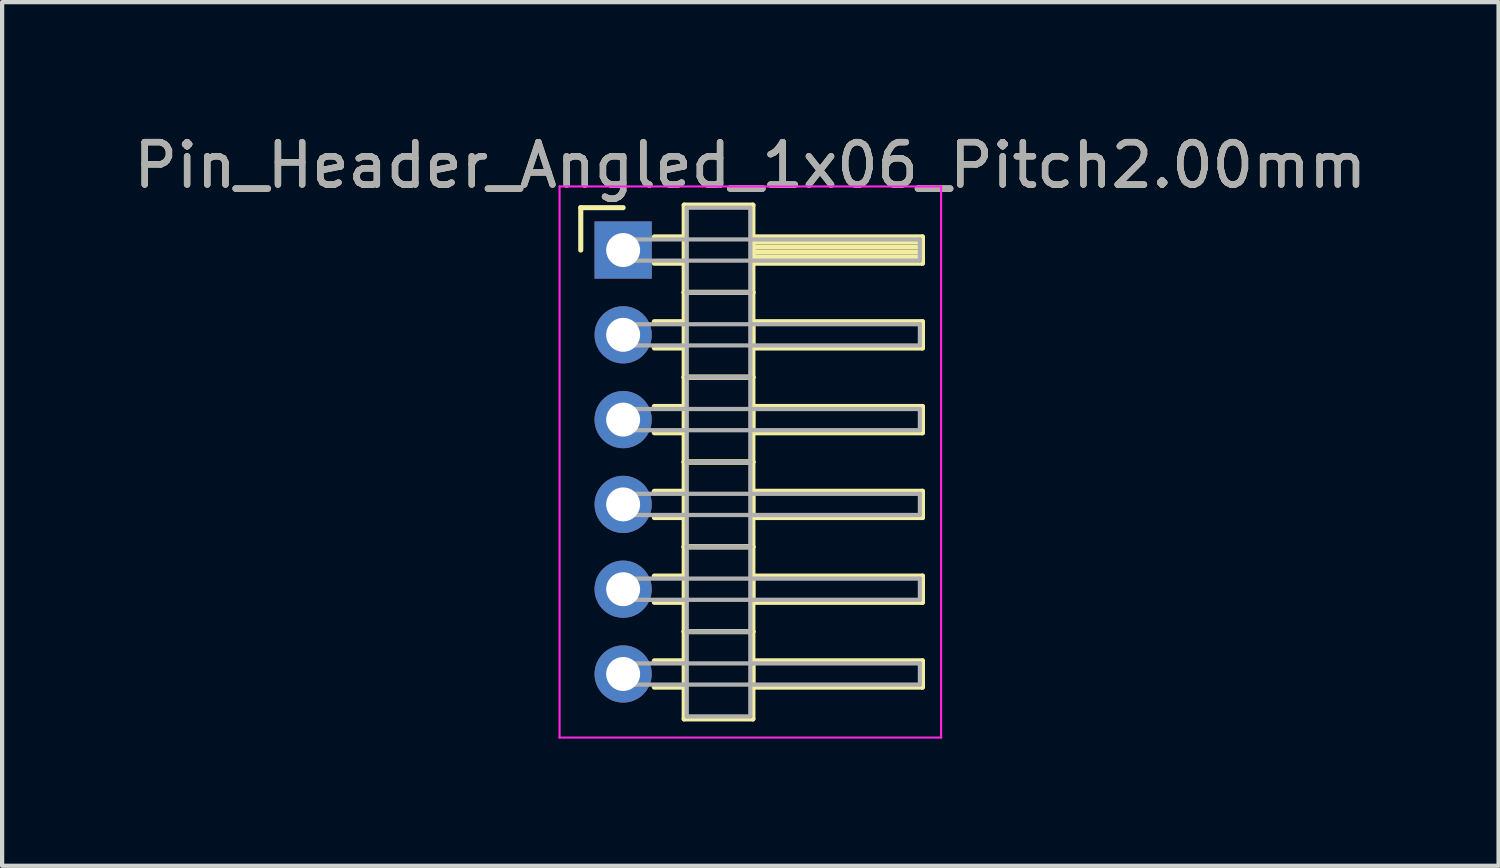
<source format=kicad_pcb>
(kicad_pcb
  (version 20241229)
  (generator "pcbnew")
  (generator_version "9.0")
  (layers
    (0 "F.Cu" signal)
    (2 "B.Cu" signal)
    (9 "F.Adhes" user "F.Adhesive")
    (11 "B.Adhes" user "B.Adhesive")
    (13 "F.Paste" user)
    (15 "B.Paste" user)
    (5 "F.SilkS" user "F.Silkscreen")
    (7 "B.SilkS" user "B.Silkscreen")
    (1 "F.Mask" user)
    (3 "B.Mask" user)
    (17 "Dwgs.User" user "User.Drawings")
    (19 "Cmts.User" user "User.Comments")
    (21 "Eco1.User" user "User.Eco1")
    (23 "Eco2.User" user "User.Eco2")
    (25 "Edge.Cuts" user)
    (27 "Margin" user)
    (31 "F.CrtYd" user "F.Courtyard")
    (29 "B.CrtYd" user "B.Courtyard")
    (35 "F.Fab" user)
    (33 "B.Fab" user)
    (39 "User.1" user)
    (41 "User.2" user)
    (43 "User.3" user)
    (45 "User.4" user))
  (footprint "Pin_Header_Angled_1x06_Pitch2.00mm"
    (layer "F.Cu")
    (at 11.649 2.848)
    (property "Reference" "Pin_Header_Angled_1x06_Pitch2.00mm" (at 3 -2 0) (layer "F.SilkS") (effects (font (size 1 1) (thickness 0.15))))
    (attr through_hole)
    (fp_line (start -1 -1) (end 0 -1) (stroke (width 0.12) (type solid)) (layer "F.SilkS"))
    (fp_line (start -1 0) (end -1 -1) (stroke (width 0.12) (type solid)) (layer "F.SilkS"))
    (fp_line (start 0.735 -0.31) (end 1.44 -0.31) (stroke (width 0.12) (type solid)) (layer "F.SilkS"))
    (fp_line (start 0.735 0.31) (end 1.44 0.31) (stroke (width 0.12) (type solid)) (layer "F.SilkS"))
    (fp_line (start 0.735 1.69) (end 1.44 1.69) (stroke (width 0.12) (type solid)) (layer "F.SilkS"))
    (fp_line (start 0.735 2.31) (end 1.44 2.31) (stroke (width 0.12) (type solid)) (layer "F.SilkS"))
    (fp_line (start 0.735 3.69) (end 1.44 3.69) (stroke (width 0.12) (type solid)) (layer "F.SilkS"))
    (fp_line (start 0.735 4.31) (end 1.44 4.31) (stroke (width 0.12) (type solid)) (layer "F.SilkS"))
    (fp_line (start 0.735 5.69) (end 1.44 5.69) (stroke (width 0.12) (type solid)) (layer "F.SilkS"))
    (fp_line (start 0.735 6.31) (end 1.44 6.31) (stroke (width 0.12) (type solid)) (layer "F.SilkS"))
    (fp_line (start 0.735 7.69) (end 1.44 7.69) (stroke (width 0.12) (type solid)) (layer "F.SilkS"))
    (fp_line (start 0.735 8.31) (end 1.44 8.31) (stroke (width 0.12) (type solid)) (layer "F.SilkS"))
    (fp_line (start 0.735 9.69) (end 1.44 9.69) (stroke (width 0.12) (type solid)) (layer "F.SilkS"))
    (fp_line (start 0.735 10.31) (end 1.44 10.31) (stroke (width 0.12) (type solid)) (layer "F.SilkS"))
    (fp_line (start 1.44 -1.06) (end 1.44 1) (stroke (width 0.12) (type solid)) (layer "F.SilkS"))
    (fp_line (start 1.44 1) (end 1.44 3) (stroke (width 0.12) (type solid)) (layer "F.SilkS"))
    (fp_line (start 1.44 1) (end 3.06 1) (stroke (width 0.12) (type solid)) (layer "F.SilkS"))
    (fp_line (start 1.44 3) (end 1.44 5) (stroke (width 0.12) (type solid)) (layer "F.SilkS"))
    (fp_line (start 1.44 3) (end 3.06 3) (stroke (width 0.12) (type solid)) (layer "F.SilkS"))
    (fp_line (start 1.44 5) (end 1.44 7) (stroke (width 0.12) (type solid)) (layer "F.SilkS"))
    (fp_line (start 1.44 5) (end 3.06 5) (stroke (width 0.12) (type solid)) (layer "F.SilkS"))
    (fp_line (start 1.44 7) (end 1.44 9) (stroke (width 0.12) (type solid)) (layer "F.SilkS"))
    (fp_line (start 1.44 7) (end 3.06 7) (stroke (width 0.12) (type solid)) (layer "F.SilkS"))
    (fp_line (start 1.44 9) (end 1.44 11.06) (stroke (width 0.12) (type solid)) (layer "F.SilkS"))
    (fp_line (start 1.44 9) (end 3.06 9) (stroke (width 0.12) (type solid)) (layer "F.SilkS"))
    (fp_line (start 1.44 11.06) (end 3.06 11.06) (stroke (width 0.12) (type solid)) (layer "F.SilkS"))
    (fp_line (start 3.06 -1.06) (end 1.44 -1.06) (stroke (width 0.12) (type solid)) (layer "F.SilkS"))
    (fp_line (start 3.06 -0.31) (end 3.06 0.31) (stroke (width 0.12) (type solid)) (layer "F.SilkS"))
    (fp_line (start 3.06 -0.19) (end 7.06 -0.19) (stroke (width 0.12) (type solid)) (layer "F.SilkS"))
    (fp_line (start 3.06 -0.07) (end 7.06 -0.07) (stroke (width 0.12) (type solid)) (layer "F.SilkS"))
    (fp_line (start 3.06 0.05) (end 7.06 0.05) (stroke (width 0.12) (type solid)) (layer "F.SilkS"))
    (fp_line (start 3.06 0.17) (end 7.06 0.17) (stroke (width 0.12) (type solid)) (layer "F.SilkS"))
    (fp_line (start 3.06 0.29) (end 7.06 0.29) (stroke (width 0.12) (type solid)) (layer "F.SilkS"))
    (fp_line (start 3.06 0.31) (end 7.06 0.31) (stroke (width 0.12) (type solid)) (layer "F.SilkS"))
    (fp_line (start 3.06 1) (end 1.44 1) (stroke (width 0.12) (type solid)) (layer "F.SilkS"))
    (fp_line (start 3.06 1) (end 3.06 -1.06) (stroke (width 0.12) (type solid)) (layer "F.SilkS"))
    (fp_line (start 3.06 1.69) (end 3.06 2.31) (stroke (width 0.12) (type solid)) (layer "F.SilkS"))
    (fp_line (start 3.06 2.31) (end 7.06 2.31) (stroke (width 0.12) (type solid)) (layer "F.SilkS"))
    (fp_line (start 3.06 3) (end 1.44 3) (stroke (width 0.12) (type solid)) (layer "F.SilkS"))
    (fp_line (start 3.06 3) (end 3.06 1) (stroke (width 0.12) (type solid)) (layer "F.SilkS"))
    (fp_line (start 3.06 3.69) (end 3.06 4.31) (stroke (width 0.12) (type solid)) (layer "F.SilkS"))
    (fp_line (start 3.06 4.31) (end 7.06 4.31) (stroke (width 0.12) (type solid)) (layer "F.SilkS"))
    (fp_line (start 3.06 5) (end 1.44 5) (stroke (width 0.12) (type solid)) (layer "F.SilkS"))
    (fp_line (start 3.06 5) (end 3.06 3) (stroke (width 0.12) (type solid)) (layer "F.SilkS"))
    (fp_line (start 3.06 5.69) (end 3.06 6.31) (stroke (width 0.12) (type solid)) (layer "F.SilkS"))
    (fp_line (start 3.06 6.31) (end 7.06 6.31) (stroke (width 0.12) (type solid)) (layer "F.SilkS"))
    (fp_line (start 3.06 7) (end 1.44 7) (stroke (width 0.12) (type solid)) (layer "F.SilkS"))
    (fp_line (start 3.06 7) (end 3.06 5) (stroke (width 0.12) (type solid)) (layer "F.SilkS"))
    (fp_line (start 3.06 7.69) (end 3.06 8.31) (stroke (width 0.12) (type solid)) (layer "F.SilkS"))
    (fp_line (start 3.06 8.31) (end 7.06 8.31) (stroke (width 0.12) (type solid)) (layer "F.SilkS"))
    (fp_line (start 3.06 9) (end 1.44 9) (stroke (width 0.12) (type solid)) (layer "F.SilkS"))
    (fp_line (start 3.06 9) (end 3.06 7) (stroke (width 0.12) (type solid)) (layer "F.SilkS"))
    (fp_line (start 3.06 9.69) (end 3.06 10.31) (stroke (width 0.12) (type solid)) (layer "F.SilkS"))
    (fp_line (start 3.06 10.31) (end 7.06 10.31) (stroke (width 0.12) (type solid)) (layer "F.SilkS"))
    (fp_line (start 3.06 11.06) (end 3.06 9) (stroke (width 0.12) (type solid)) (layer "F.SilkS"))
    (fp_line (start 7.06 -0.31) (end 3.06 -0.31) (stroke (width 0.12) (type solid)) (layer "F.SilkS"))
    (fp_line (start 7.06 0.31) (end 7.06 -0.31) (stroke (width 0.12) (type solid)) (layer "F.SilkS"))
    (fp_line (start 7.06 1.69) (end 3.06 1.69) (stroke (width 0.12) (type solid)) (layer "F.SilkS"))
    (fp_line (start 7.06 2.31) (end 7.06 1.69) (stroke (width 0.12) (type solid)) (layer "F.SilkS"))
    (fp_line (start 7.06 3.69) (end 3.06 3.69) (stroke (width 0.12) (type solid)) (layer "F.SilkS"))
    (fp_line (start 7.06 4.31) (end 7.06 3.69) (stroke (width 0.12) (type solid)) (layer "F.SilkS"))
    (fp_line (start 7.06 5.69) (end 3.06 5.69) (stroke (width 0.12) (type solid)) (layer "F.SilkS"))
    (fp_line (start 7.06 6.31) (end 7.06 5.69) (stroke (width 0.12) (type solid)) (layer "F.SilkS"))
    (fp_line (start 7.06 7.69) (end 3.06 7.69) (stroke (width 0.12) (type solid)) (layer "F.SilkS"))
    (fp_line (start 7.06 8.31) (end 7.06 7.69) (stroke (width 0.12) (type solid)) (layer "F.SilkS"))
    (fp_line (start 7.06 9.69) (end 3.06 9.69) (stroke (width 0.12) (type solid)) (layer "F.SilkS"))
    (fp_line (start 7.06 10.31) (end 7.06 9.69) (stroke (width 0.12) (type solid)) (layer "F.SilkS"))
    (fp_line (start -1.5 -1.5) (end -1.5 11.5) (stroke (width 0.05) (type solid)) (layer "F.CrtYd"))
    (fp_line (start -1.5 11.5) (end 7.5 11.5) (stroke (width 0.05) (type solid)) (layer "F.CrtYd"))
    (fp_line (start 7.5 -1.5) (end -1.5 -1.5) (stroke (width 0.05) (type solid)) (layer "F.CrtYd"))
    (fp_line (start 7.5 11.5) (end 7.5 -1.5) (stroke (width 0.05) (type solid)) (layer "F.CrtYd"))
    (fp_line (start 0 -0.25) (end 0 0.25) (stroke (width 0.1) (type solid)) (layer "F.Fab"))
    (fp_line (start 0 0.25) (end 7 0.25) (stroke (width 0.1) (type solid)) (layer "F.Fab"))
    (fp_line (start 0 1.75) (end 0 2.25) (stroke (width 0.1) (type solid)) (layer "F.Fab"))
    (fp_line (start 0 2.25) (end 7 2.25) (stroke (width 0.1) (type solid)) (layer "F.Fab"))
    (fp_line (start 0 3.75) (end 0 4.25) (stroke (width 0.1) (type solid)) (layer "F.Fab"))
    (fp_line (start 0 4.25) (end 7 4.25) (stroke (width 0.1) (type solid)) (layer "F.Fab"))
    (fp_line (start 0 5.75) (end 0 6.25) (stroke (width 0.1) (type solid)) (layer "F.Fab"))
    (fp_line (start 0 6.25) (end 7 6.25) (stroke (width 0.1) (type solid)) (layer "F.Fab"))
    (fp_line (start 0 7.75) (end 0 8.25) (stroke (width 0.1) (type solid)) (layer "F.Fab"))
    (fp_line (start 0 8.25) (end 7 8.25) (stroke (width 0.1) (type solid)) (layer "F.Fab"))
    (fp_line (start 0 9.75) (end 0 10.25) (stroke (width 0.1) (type solid)) (layer "F.Fab"))
    (fp_line (start 0 10.25) (end 7 10.25) (stroke (width 0.1) (type solid)) (layer "F.Fab"))
    (fp_line (start 1.5 -1) (end 1.5 1) (stroke (width 0.1) (type solid)) (layer "F.Fab"))
    (fp_line (start 1.5 1) (end 1.5 3) (stroke (width 0.1) (type solid)) (layer "F.Fab"))
    (fp_line (start 1.5 1) (end 3 1) (stroke (width 0.1) (type solid)) (layer "F.Fab"))
    (fp_line (start 1.5 3) (end 1.5 5) (stroke (width 0.1) (type solid)) (layer "F.Fab"))
    (fp_line (start 1.5 3) (end 3 3) (stroke (width 0.1) (type solid)) (layer "F.Fab"))
    (fp_line (start 1.5 5) (end 1.5 7) (stroke (width 0.1) (type solid)) (layer "F.Fab"))
    (fp_line (start 1.5 5) (end 3 5) (stroke (width 0.1) (type solid)) (layer "F.Fab"))
    (fp_line (start 1.5 7) (end 1.5 9) (stroke (width 0.1) (type solid)) (layer "F.Fab"))
    (fp_line (start 1.5 7) (end 3 7) (stroke (width 0.1) (type solid)) (layer "F.Fab"))
    (fp_line (start 1.5 9) (end 1.5 11) (stroke (width 0.1) (type solid)) (layer "F.Fab"))
    (fp_line (start 1.5 9) (end 3 9) (stroke (width 0.1) (type solid)) (layer "F.Fab"))
    (fp_line (start 1.5 11) (end 3 11) (stroke (width 0.1) (type solid)) (layer "F.Fab"))
    (fp_line (start 3 -1) (end 1.5 -1) (stroke (width 0.1) (type solid)) (layer "F.Fab"))
    (fp_line (start 3 1) (end 1.5 1) (stroke (width 0.1) (type solid)) (layer "F.Fab"))
    (fp_line (start 3 1) (end 3 -1) (stroke (width 0.1) (type solid)) (layer "F.Fab"))
    (fp_line (start 3 3) (end 1.5 3) (stroke (width 0.1) (type solid)) (layer "F.Fab"))
    (fp_line (start 3 3) (end 3 1) (stroke (width 0.1) (type solid)) (layer "F.Fab"))
    (fp_line (start 3 5) (end 1.5 5) (stroke (width 0.1) (type solid)) (layer "F.Fab"))
    (fp_line (start 3 5) (end 3 3) (stroke (width 0.1) (type solid)) (layer "F.Fab"))
    (fp_line (start 3 7) (end 1.5 7) (stroke (width 0.1) (type solid)) (layer "F.Fab"))
    (fp_line (start 3 7) (end 3 5) (stroke (width 0.1) (type solid)) (layer "F.Fab"))
    (fp_line (start 3 9) (end 1.5 9) (stroke (width 0.1) (type solid)) (layer "F.Fab"))
    (fp_line (start 3 9) (end 3 7) (stroke (width 0.1) (type solid)) (layer "F.Fab"))
    (fp_line (start 3 11) (end 3 9) (stroke (width 0.1) (type solid)) (layer "F.Fab"))
    (fp_line (start 7 -0.25) (end 0 -0.25) (stroke (width 0.1) (type solid)) (layer "F.Fab"))
    (fp_line (start 7 0.25) (end 7 -0.25) (stroke (width 0.1) (type solid)) (layer "F.Fab"))
    (fp_line (start 7 1.75) (end 0 1.75) (stroke (width 0.1) (type solid)) (layer "F.Fab"))
    (fp_line (start 7 2.25) (end 7 1.75) (stroke (width 0.1) (type solid)) (layer "F.Fab"))
    (fp_line (start 7 3.75) (end 0 3.75) (stroke (width 0.1) (type solid)) (layer "F.Fab"))
    (fp_line (start 7 4.25) (end 7 3.75) (stroke (width 0.1) (type solid)) (layer "F.Fab"))
    (fp_line (start 7 5.75) (end 0 5.75) (stroke (width 0.1) (type solid)) (layer "F.Fab"))
    (fp_line (start 7 6.25) (end 7 5.75) (stroke (width 0.1) (type solid)) (layer "F.Fab"))
    (fp_line (start 7 7.75) (end 0 7.75) (stroke (width 0.1) (type solid)) (layer "F.Fab"))
    (fp_line (start 7 8.25) (end 7 7.75) (stroke (width 0.1) (type solid)) (layer "F.Fab"))
    (fp_line (start 7 9.75) (end 0 9.75) (stroke (width 0.1) (type solid)) (layer "F.Fab"))
    (fp_line (start 7 10.25) (end 7 9.75) (stroke (width 0.1) (type solid)) (layer "F.Fab"))
    (fp_text user "${REFERENCE}" (at 3 -2 0) (layer "F.Fab") (effects (font (size 1 1) (thickness 0.15))))
    (pad "1" thru_hole rect (at 0 0) (size 1.35 1.35) (drill 0.8) (layers "*.Cu" "*.Mask"))
    (pad "2" thru_hole oval (at 0 2) (size 1.35 1.35) (drill 0.8) (layers "*.Cu" "*.Mask"))
    (pad "3" thru_hole oval (at 0 4) (size 1.35 1.35) (drill 0.8) (layers "*.Cu" "*.Mask"))
    (pad "4" thru_hole oval (at 0 6) (size 1.35 1.35) (drill 0.8) (layers "*.Cu" "*.Mask"))
    (pad "5" thru_hole oval (at 0 8) (size 1.35 1.35) (drill 0.8) (layers "*.Cu" "*.Mask"))
    (pad "6" thru_hole oval (at 0 10) (size 1.35 1.35) (drill 0.8) (layers "*.Cu" "*.Mask")))
  (gr_rect
    (start -3 -3)
    (end 32.298 17.373)
    (stroke (width 0.1) (type default))
    (fill no)
    (layer "Edge.Cuts")))
</source>
